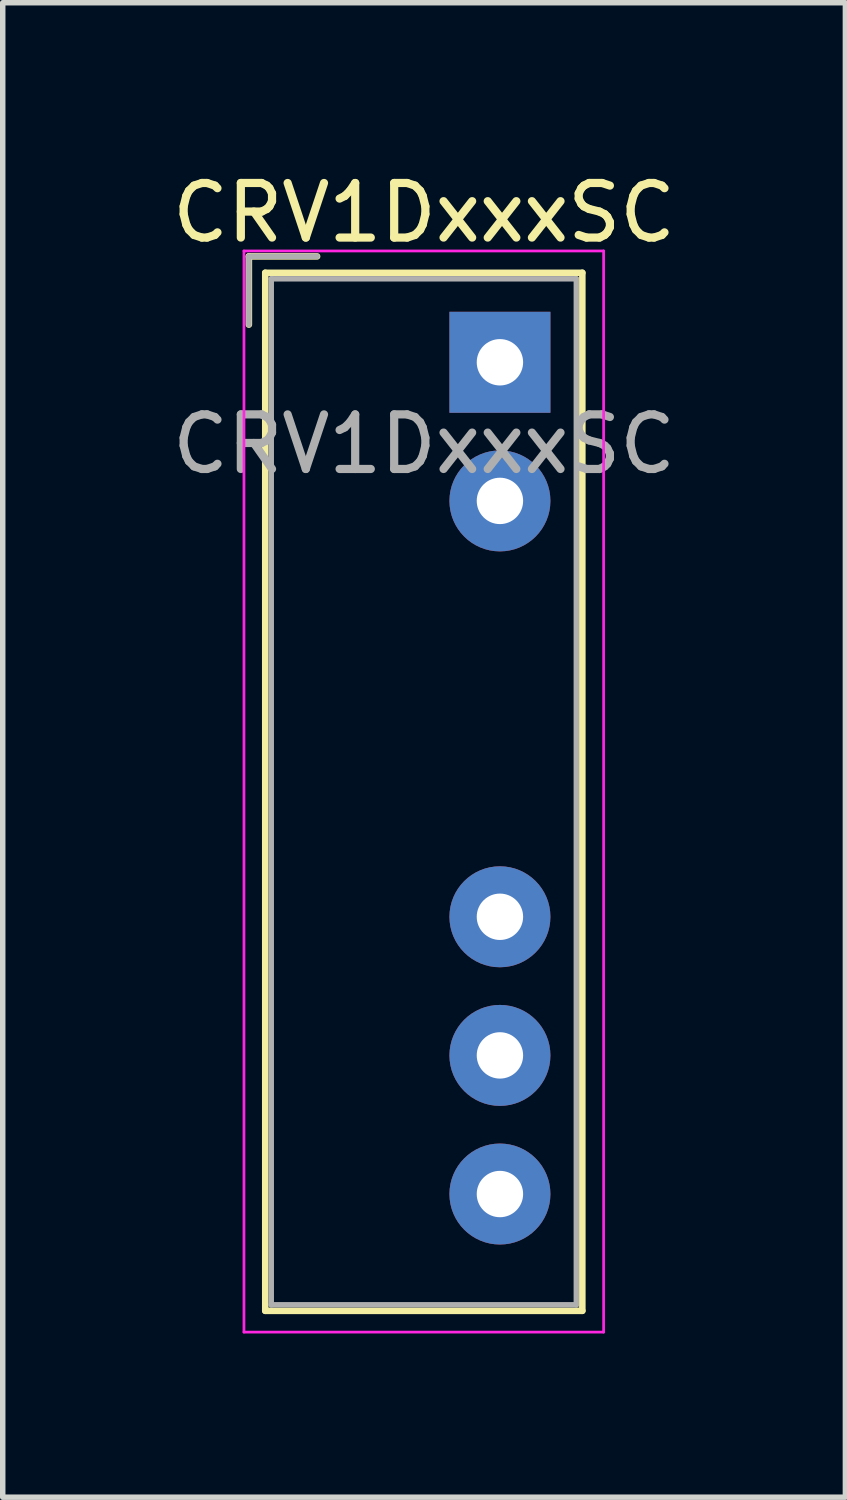
<source format=kicad_pcb>
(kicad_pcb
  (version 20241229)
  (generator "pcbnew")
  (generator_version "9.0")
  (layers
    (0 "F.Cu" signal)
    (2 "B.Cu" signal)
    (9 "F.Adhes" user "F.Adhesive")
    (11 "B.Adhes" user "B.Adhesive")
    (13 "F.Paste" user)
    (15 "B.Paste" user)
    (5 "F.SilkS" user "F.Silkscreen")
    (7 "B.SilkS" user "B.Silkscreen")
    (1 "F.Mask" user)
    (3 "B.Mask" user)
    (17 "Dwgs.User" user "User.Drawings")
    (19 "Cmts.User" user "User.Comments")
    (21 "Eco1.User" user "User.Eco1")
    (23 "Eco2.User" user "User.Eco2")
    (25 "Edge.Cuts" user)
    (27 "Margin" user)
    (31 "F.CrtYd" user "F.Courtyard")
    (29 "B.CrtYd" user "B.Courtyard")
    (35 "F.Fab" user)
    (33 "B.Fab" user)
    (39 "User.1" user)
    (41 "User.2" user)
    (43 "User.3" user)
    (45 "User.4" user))
  (footprint "CRV1DxxxSC"
    (layer "F.Cu")
    (at 6.11 3.588)
    (property "Reference" "CRV1DxxxSC" (at -1.39 -2.74 0) (layer "F.SilkS") (effects (font (size 1 1) (thickness 0.15))))
    (attr through_hole)
    (fp_line (start -4.6 -1.94) (end -4.6 -0.69) (stroke (width 0.12) (type solid)) (layer "F.SilkS"))
    (fp_line (start -4.3 -1.64) (end -4.3 17.38) (stroke (width 0.12) (type solid)) (layer "F.SilkS"))
    (fp_line (start -4.3 17.38) (end 1.51 17.38) (stroke (width 0.12) (type solid)) (layer "F.SilkS"))
    (fp_line (start -3.35 -1.94) (end -4.6 -1.94) (stroke (width 0.12) (type solid)) (layer "F.SilkS"))
    (fp_line (start 1.51 -1.64) (end -4.3 -1.64) (stroke (width 0.12) (type solid)) (layer "F.SilkS"))
    (fp_line (start 1.51 17.38) (end 1.51 -1.64) (stroke (width 0.12) (type solid)) (layer "F.SilkS"))
    (fp_line (start -4.69 -2.04) (end -4.69 17.77) (stroke (width 0.05) (type solid)) (layer "F.CrtYd"))
    (fp_line (start -4.69 17.77) (end 1.9 17.77) (stroke (width 0.05) (type solid)) (layer "F.CrtYd"))
    (fp_line (start 1.9 -2.04) (end -4.69 -2.04) (stroke (width 0.05) (type solid)) (layer "F.CrtYd"))
    (fp_line (start 1.9 17.77) (end 1.9 -2.04) (stroke (width 0.05) (type solid)) (layer "F.CrtYd"))
    (fp_line (start -4.6 -1.94) (end -4.6 -0.69) (stroke (width 0.1) (type solid)) (layer "F.Fab"))
    (fp_line (start -4.19 -1.53) (end -4.19 17.27) (stroke (width 0.1) (type solid)) (layer "F.Fab"))
    (fp_line (start -4.19 17.27) (end 1.4 17.27) (stroke (width 0.1) (type solid)) (layer "F.Fab"))
    (fp_line (start -3.35 -1.94) (end -4.6 -1.94) (stroke (width 0.1) (type solid)) (layer "F.Fab"))
    (fp_line (start 1.4 -1.53) (end -4.19 -1.53) (stroke (width 0.1) (type solid)) (layer "F.Fab"))
    (fp_line (start 1.4 17.27) (end 1.4 -1.53) (stroke (width 0.1) (type solid)) (layer "F.Fab"))
    (fp_text user "${REFERENCE}" (at -1.39 1.5 0) (layer "F.Fab") (effects (font (size 1 1) (thickness 0.15))))
    (pad "1" thru_hole rect (at 0 0) (size 1.85 1.85) (drill 0.85) (layers "*.Cu" "*.Mask"))
    (pad "2" thru_hole circle (at 0 2.54) (size 1.85 1.85) (drill 0.85) (layers "*.Cu" "*.Mask"))
    (pad "4" thru_hole circle (at 0 10.16) (size 1.85 1.85) (drill 0.85) (layers "*.Cu" "*.Mask"))
    (pad "5" thru_hole circle (at 0 12.7) (size 1.85 1.85) (drill 0.85) (layers "*.Cu" "*.Mask"))
    (pad "6" thru_hole circle (at 0 15.24) (size 1.85 1.85) (drill 0.85) (layers "*.Cu" "*.Mask")))
  (gr_rect
    (start -3 -3)
    (end 12.44 24.383)
    (stroke (width 0.1) (type default))
    (fill no)
    (layer "Edge.Cuts")))
</source>
